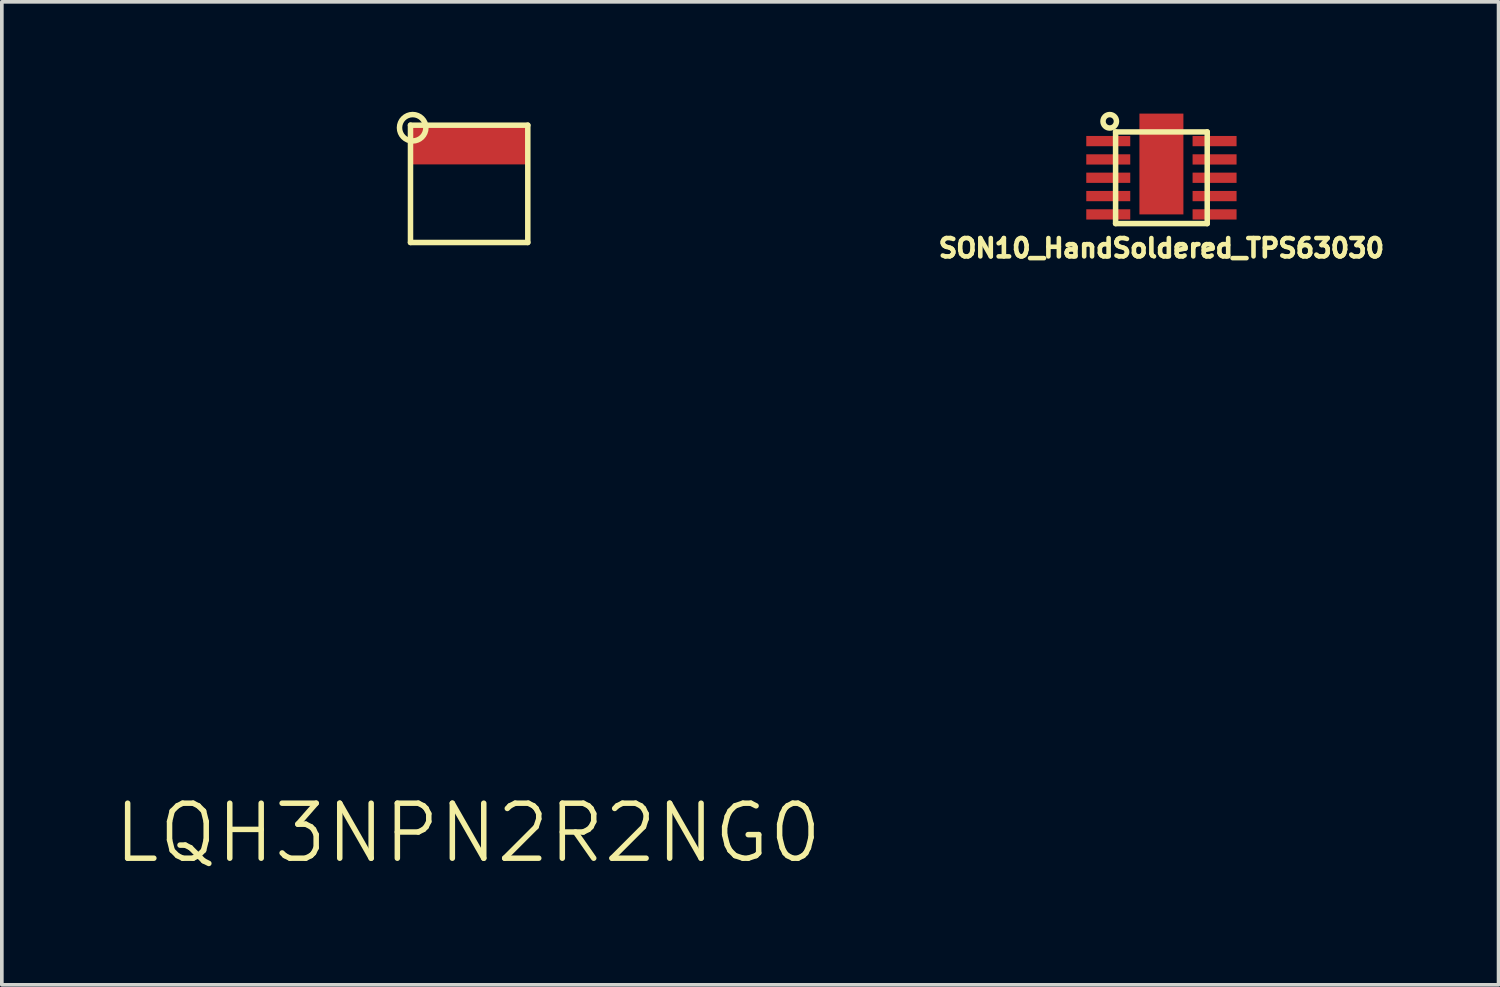
<source format=kicad_pcb>
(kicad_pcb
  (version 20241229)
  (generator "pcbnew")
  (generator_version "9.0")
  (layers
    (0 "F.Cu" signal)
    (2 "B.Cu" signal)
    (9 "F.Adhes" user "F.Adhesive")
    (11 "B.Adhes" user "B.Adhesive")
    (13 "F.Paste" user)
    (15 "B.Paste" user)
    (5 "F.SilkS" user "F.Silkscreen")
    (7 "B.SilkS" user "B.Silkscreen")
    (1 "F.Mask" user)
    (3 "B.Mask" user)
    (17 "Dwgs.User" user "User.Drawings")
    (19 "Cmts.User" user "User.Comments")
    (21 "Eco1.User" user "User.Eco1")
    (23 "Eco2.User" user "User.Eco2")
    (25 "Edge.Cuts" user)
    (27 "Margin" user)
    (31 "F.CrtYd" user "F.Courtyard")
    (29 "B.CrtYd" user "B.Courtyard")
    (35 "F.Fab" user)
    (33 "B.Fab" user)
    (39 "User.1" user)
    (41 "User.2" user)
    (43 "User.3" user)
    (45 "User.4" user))
  (footprint "LQH3NPN2R2NG0"
    (layer "F.Cu")
    (at 9.748 1.965)
    (property "Reference" "LQH3NPN2R2NG0" (at -0.03 17.71 0) (layer "F.SilkS") (effects (font (size 1.5 1.5) (thickness 0.15))))
    (attr through_hole)
    (fp_line (start -1.6 -1.6) (end 1.6 -1.6) (stroke (width 0.15) (type solid)) (layer "F.SilkS"))
    (fp_line (start -1.6 1.6) (end -1.6 -1.6) (stroke (width 0.15) (type solid)) (layer "F.SilkS"))
    (fp_line (start 1.6 -1.6) (end 1.6 1.6) (stroke (width 0.15) (type solid)) (layer "F.SilkS"))
    (fp_line (start 1.6 1.6) (end -1.6 1.6) (stroke (width 0.15) (type solid)) (layer "F.SilkS"))
    (fp_circle (center -1.54 -1.53) (end -1.18 -1.53) (stroke (width 0.15) (type solid)) (fill no) (layer "F.SilkS"))
    (pad "1" smd rect (at -0.01 -1.08) (size 3.2 1.1) (layers "F.Cu" "F.Mask" "F.Paste")))
  (footprint "SON10_HandSoldered_TPS63030"
    (layer "F.Cu")
    (at 28.633 1.799)
    (property "Reference" "SON10_HandSoldered_TPS63030" (at 0 1.92 0) (layer "F.SilkS") (effects (font (size 0.5 0.5) (thickness 0.125))))
    (attr through_hole)
    (fp_line (start -1.25 -1.25) (end -1.25 1.25) (stroke (width 0.15) (type solid)) (layer "F.SilkS"))
    (fp_line (start -1.25 1.25) (end 1.25 1.25) (stroke (width 0.15) (type solid)) (layer "F.SilkS"))
    (fp_line (start 1.25 -1.25) (end -1.25 -1.25) (stroke (width 0.15) (type solid)) (layer "F.SilkS"))
    (fp_line (start 1.25 1.25) (end 1.25 -1.25) (stroke (width 0.15) (type solid)) (layer "F.SilkS"))
    (fp_circle (center -1.41 -1.54) (end -1.25 -1.45) (stroke (width 0.15) (type solid)) (fill no) (layer "F.SilkS"))
    (pad "1" smd rect (at -1.45 -1) (size 1.2 0.28) (layers "F.Cu" "F.Mask" "F.Paste"))
    (pad "2" smd rect (at -1.45 -0.5) (size 1.2 0.28) (layers "F.Cu" "F.Mask" "F.Paste"))
    (pad "3" smd rect (at -1.45 0) (size 1.2 0.28) (layers "F.Cu" "F.Mask" "F.Paste"))
    (pad "4" smd rect (at -1.45 0.5) (size 1.2 0.28) (layers "F.Cu" "F.Mask" "F.Paste"))
    (pad "5" smd rect (at -1.45 1) (size 1.2 0.28) (layers "F.Cu" "F.Mask" "F.Paste"))
    (pad "6" smd rect (at 1.45 1) (size 1.2 0.28) (layers "F.Cu" "F.Mask" "F.Paste"))
    (pad "7" smd rect (at 1.45 0.5) (size 1.2 0.28) (layers "F.Cu" "F.Mask" "F.Paste"))
    (pad "8" smd rect (at 1.45 0) (size 1.2 0.28) (layers "F.Cu" "F.Mask" "F.Paste"))
    (pad "9" smd rect (at 1.45 -0.5) (size 1.2 0.28) (layers "F.Cu" "F.Mask" "F.Paste"))
    (pad "10" smd rect (at 1.45 -1) (size 1.2 0.28) (layers "F.Cu" "F.Mask" "F.Paste"))
    (pad "11" smd rect (at 0 -0.375) (size 1.2 2.75) (layers "F.Cu" "F.Mask" "F.Paste")))
  (gr_rect
    (start -3 -3)
    (end 37.83 23.816)
    (stroke (width 0.1) (type default))
    (fill no)
    (layer "Edge.Cuts")))
</source>
